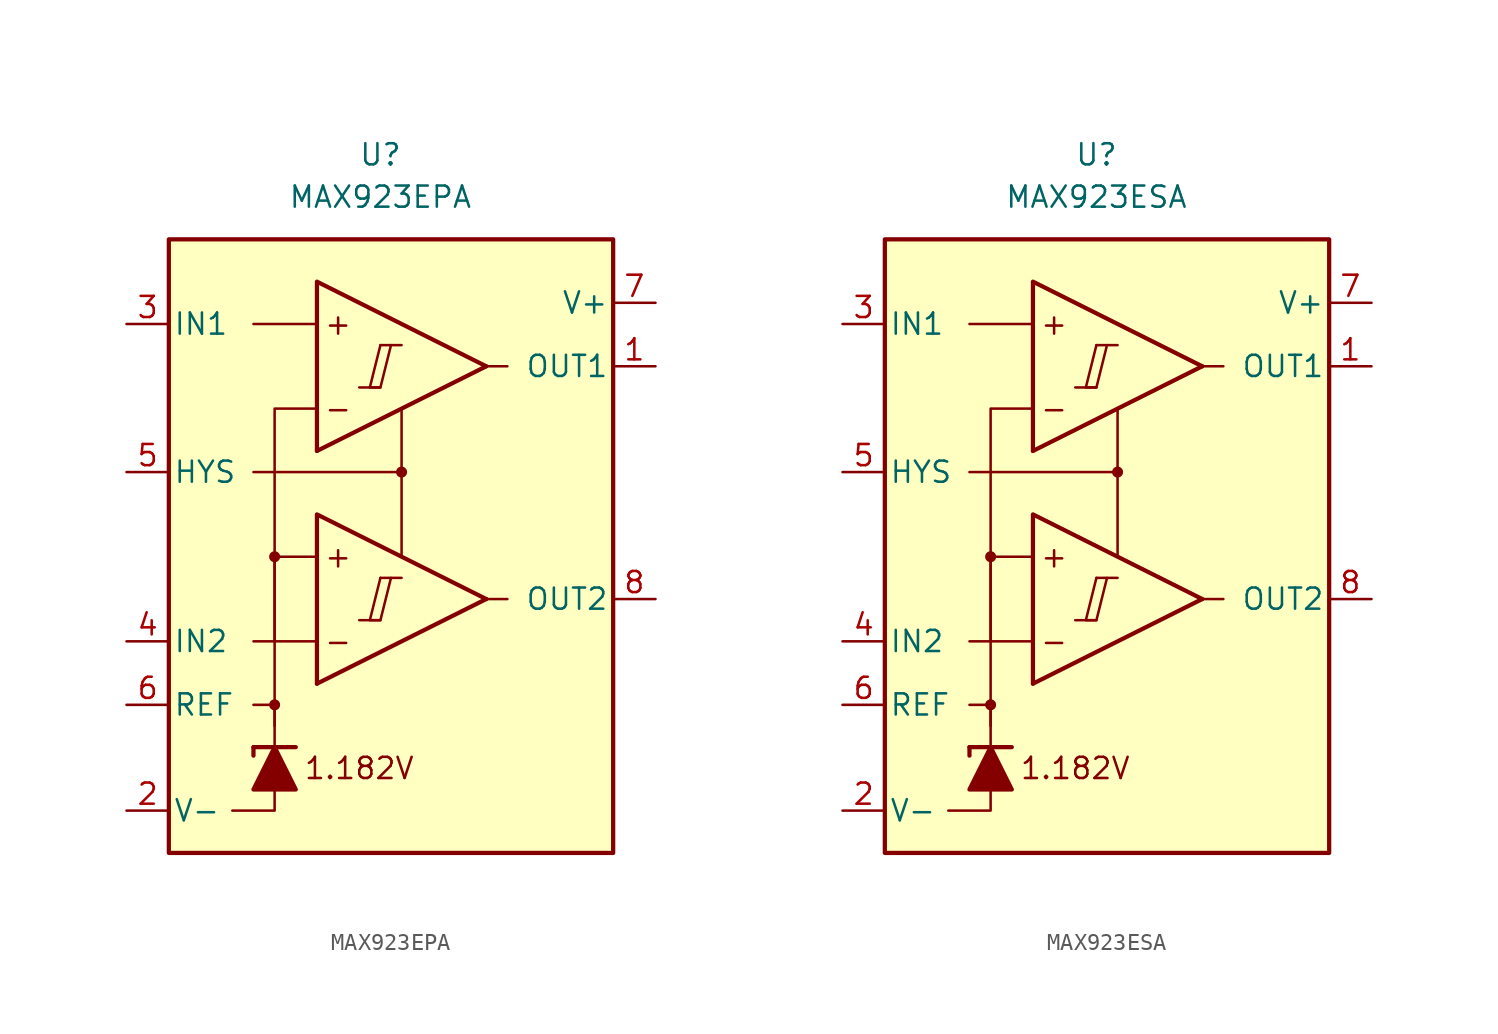
<source format=kicad_sym>
(kicad_symbol_lib
  (version 20231120)
  (generator "kicad_symbol_editor")
  (generator_version "8.0")
  (symbol "MAX923EPA"
    (pin_names
      (offset 0.254))
    (property "Reference" "U"
      (at -1.27 22.86 0)
      (effects (font (size 1.27 1.27))))
    (property "Value" "MAX923EPA"
      (at -1.27 20.32 0)
      (effects (font (size 1.27 1.27))))
    (symbol "MAX923EPA_0_0"
      (rectangle (start -13.97 17.78) (end 12.7 -19.05) (stroke (width 0.254) (type default)) (fill (type background)))
      (circle (center -7.62 -10.16) (radius 0.254) (stroke (width 0.152) (type default)) (fill (type outline)))
      (circle (center -7.62 -1.27) (radius 0.254) (stroke (width 0.152) (type default)) (fill (type outline)))
      (polyline (pts (xy -2.54 -5.08) (xy -1.27 -5.08)) (stroke (width 0.152) (type default)) (fill (type none)))
      (polyline (pts (xy -2.54 8.89) (xy -1.27 8.89)) (stroke (width 0.152) (type default)) (fill (type none)))
      (polyline (pts (xy -1.27 -2.54) (xy 0 -2.54)) (stroke (width 0.152) (type default)) (fill (type none)))
      (polyline (pts (xy -1.27 11.43) (xy 0 11.43)) (stroke (width 0.152) (type default)) (fill (type none)))
      (polyline (pts (xy 5.08 -3.81) (xy -5.08 -8.89)) (stroke (width 0.254) (type default)) (fill (type none)))
      (polyline (pts (xy 5.08 10.16) (xy -5.08 5.08)) (stroke (width 0.254) (type default)) (fill (type none)))
      (polyline (pts (xy 5.08 -3.81) (xy -5.08 1.27) (xy -5.08 -8.89)) (stroke (width 0.254) (type default)) (fill (type background)))
      (polyline (pts (xy 5.08 10.16) (xy -5.08 15.24) (xy -5.08 5.08)) (stroke (width 0.254) (type default)) (fill (type background)))
      (polyline (pts (xy -1.27 -2.54) (xy -1.905 -5.08) (xy -1.27 -5.08) (xy -0.635 -2.54)) (stroke (width 0.152) (type default)) (fill (type none)))
      (polyline (pts (xy -1.27 11.43) (xy -1.905 8.89) (xy -1.27 8.89) (xy -0.635 11.43)) (stroke (width 0.152) (type default)) (fill (type none)))
      (circle (center 0 3.81) (radius 0.254) (stroke (width 0.152) (type default)) (fill (type outline)))
      (text "+" (at -3.81 -1.27 0) (effects (font (size 1.27 1.27))))
      (text "+" (at -3.81 12.7 0) (effects (font (size 1.27 1.27))))
      (text "-" (at -3.81 -6.35 0) (effects (font (size 1.27 1.27))))
      (text "-" (at -3.81 7.62 0) (effects (font (size 1.27 1.27))))
      (text "1.182V" (at -2.54 -13.97 0) (effects (font (size 1.27 1.27)))))
    (symbol "MAX923EPA_0_1"
      (polyline (pts (xy -8.89 -12.7) (xy -8.89 -13.208)) (stroke (width 0.254) (type default)) (fill (type none)))
      (polyline (pts (xy -8.89 -12.7) (xy -6.35 -12.7)) (stroke (width 0.254) (type default)) (fill (type none)))
      (polyline (pts (xy -5.08 -6.35) (xy -8.89 -6.35)) (stroke (width 0) (type default)) (fill (type none)))
      (polyline (pts (xy -5.08 12.7) (xy -8.89 12.7)) (stroke (width 0) (type default)) (fill (type none)))
      (polyline (pts (xy 0 3.81) (xy 0 -1.27)) (stroke (width 0) (type default)) (fill (type none)))
      (polyline (pts (xy 5.08 -3.81) (xy 6.35 -3.81)) (stroke (width 0) (type default)) (fill (type none)))
      (polyline (pts (xy 5.08 10.16) (xy 6.35 10.16)) (stroke (width 0) (type default)) (fill (type none)))
      (polyline (pts (xy -7.62 -15.24) (xy -7.62 -16.51) (xy -10.16 -16.51)) (stroke (width 0) (type default)) (fill (type none)))
      (polyline (pts (xy -7.62 -12.7) (xy -7.62 -10.16) (xy -8.89 -10.16)) (stroke (width 0) (type default)) (fill (type none)))
      (polyline (pts (xy -7.62 -11.43) (xy -7.62 -1.27) (xy -5.08 -1.27)) (stroke (width 0) (type default)) (fill (type none)))
      (polyline (pts (xy -7.62 -6.35) (xy -7.62 7.62) (xy -5.08 7.62)) (stroke (width 0) (type default)) (fill (type none)))
      (polyline (pts (xy 0 7.62) (xy 0 3.81) (xy -8.89 3.81)) (stroke (width 0) (type default)) (fill (type none)))
      (polyline (pts (xy -6.35 -15.24) (xy -8.89 -15.24) (xy -7.62 -12.7) (xy -6.35 -15.24)) (stroke (width 0.254) (type default)) (fill (type outline))))
    (symbol "MAX923EPA_1_1"
      (pin output line (at 15.24 10.16 180) (length 2.54) (name "OUT1" (effects (font (size 1.27 1.27)))) (number "1" (effects (font (size 1.27 1.27)))))
      (pin power_in line (at -16.51 -16.51 0) (length 2.54) (name "V-" (effects (font (size 1.27 1.27)))) (number "2" (effects (font (size 1.27 1.27)))))
      (pin input line (at -16.51 12.7 0) (length 2.54) (name "IN1" (effects (font (size 1.27 1.27)))) (number "3" (effects (font (size 1.27 1.27)))))
      (pin input line (at -16.51 -6.35 0) (length 2.54) (name "IN2" (effects (font (size 1.27 1.27)))) (number "4" (effects (font (size 1.27 1.27)))))
      (pin input line (at -16.51 3.81 0) (length 2.54) (name "HYS" (effects (font (size 1.27 1.27)))) (number "5" (effects (font (size 1.27 1.27)))))
      (pin output line (at -16.51 -10.16 0) (length 2.54) (name "REF" (effects (font (size 1.27 1.27)))) (number "6" (effects (font (size 1.27 1.27)))))
      (pin power_in line (at 15.24 13.97 180) (length 2.54) (name "V+" (effects (font (size 1.27 1.27)))) (number "7" (effects (font (size 1.27 1.27)))))
      (pin output line (at 15.24 -3.81 180) (length 2.54) (name "OUT2" (effects (font (size 1.27 1.27)))) (number "8" (effects (font (size 1.27 1.27)))))))
  (symbol "MAX923ESA"
    (pin_names
      (offset 0.254))
    (property "Reference" "U"
      (at -1.27 22.86 0)
      (effects (font (size 1.27 1.27))))
    (property "Value" "MAX923ESA"
      (at -1.27 20.32 0)
      (effects (font (size 1.27 1.27))))
    (symbol "MAX923ESA_0_0"
      (rectangle (start -13.97 17.78) (end 12.7 -19.05) (stroke (width 0.254) (type default)) (fill (type background)))
      (circle (center -7.62 -10.16) (radius 0.254) (stroke (width 0.152) (type default)) (fill (type outline)))
      (circle (center -7.62 -1.27) (radius 0.254) (stroke (width 0.152) (type default)) (fill (type outline)))
      (polyline (pts (xy -2.54 -5.08) (xy -1.27 -5.08)) (stroke (width 0.152) (type default)) (fill (type none)))
      (polyline (pts (xy -2.54 8.89) (xy -1.27 8.89)) (stroke (width 0.152) (type default)) (fill (type none)))
      (polyline (pts (xy -1.27 -2.54) (xy 0 -2.54)) (stroke (width 0.152) (type default)) (fill (type none)))
      (polyline (pts (xy -1.27 11.43) (xy 0 11.43)) (stroke (width 0.152) (type default)) (fill (type none)))
      (polyline (pts (xy 5.08 -3.81) (xy -5.08 -8.89)) (stroke (width 0.254) (type default)) (fill (type none)))
      (polyline (pts (xy 5.08 10.16) (xy -5.08 5.08)) (stroke (width 0.254) (type default)) (fill (type none)))
      (polyline (pts (xy 5.08 -3.81) (xy -5.08 1.27) (xy -5.08 -8.89)) (stroke (width 0.254) (type default)) (fill (type background)))
      (polyline (pts (xy 5.08 10.16) (xy -5.08 15.24) (xy -5.08 5.08)) (stroke (width 0.254) (type default)) (fill (type background)))
      (polyline (pts (xy -1.27 -2.54) (xy -1.905 -5.08) (xy -1.27 -5.08) (xy -0.635 -2.54)) (stroke (width 0.152) (type default)) (fill (type none)))
      (polyline (pts (xy -1.27 11.43) (xy -1.905 8.89) (xy -1.27 8.89) (xy -0.635 11.43)) (stroke (width 0.152) (type default)) (fill (type none)))
      (circle (center 0 3.81) (radius 0.254) (stroke (width 0.152) (type default)) (fill (type outline)))
      (text "+" (at -3.81 -1.27 0) (effects (font (size 1.27 1.27))))
      (text "+" (at -3.81 12.7 0) (effects (font (size 1.27 1.27))))
      (text "-" (at -3.81 -6.35 0) (effects (font (size 1.27 1.27))))
      (text "-" (at -3.81 7.62 0) (effects (font (size 1.27 1.27))))
      (text "1.182V" (at -2.54 -13.97 0) (effects (font (size 1.27 1.27)))))
    (symbol "MAX923ESA_0_1"
      (polyline (pts (xy -8.89 -12.7) (xy -8.89 -13.208)) (stroke (width 0.254) (type default)) (fill (type none)))
      (polyline (pts (xy -8.89 -12.7) (xy -6.35 -12.7)) (stroke (width 0.254) (type default)) (fill (type none)))
      (polyline (pts (xy -5.08 -6.35) (xy -8.89 -6.35)) (stroke (width 0) (type default)) (fill (type none)))
      (polyline (pts (xy -5.08 12.7) (xy -8.89 12.7)) (stroke (width 0) (type default)) (fill (type none)))
      (polyline (pts (xy 0 3.81) (xy 0 -1.27)) (stroke (width 0) (type default)) (fill (type none)))
      (polyline (pts (xy 5.08 -3.81) (xy 6.35 -3.81)) (stroke (width 0) (type default)) (fill (type none)))
      (polyline (pts (xy 5.08 10.16) (xy 6.35 10.16)) (stroke (width 0) (type default)) (fill (type none)))
      (polyline (pts (xy -7.62 -15.24) (xy -7.62 -16.51) (xy -10.16 -16.51)) (stroke (width 0) (type default)) (fill (type none)))
      (polyline (pts (xy -7.62 -12.7) (xy -7.62 -10.16) (xy -8.89 -10.16)) (stroke (width 0) (type default)) (fill (type none)))
      (polyline (pts (xy -7.62 -11.43) (xy -7.62 -1.27) (xy -5.08 -1.27)) (stroke (width 0) (type default)) (fill (type none)))
      (polyline (pts (xy -7.62 -6.35) (xy -7.62 7.62) (xy -5.08 7.62)) (stroke (width 0) (type default)) (fill (type none)))
      (polyline (pts (xy 0 7.62) (xy 0 3.81) (xy -8.89 3.81)) (stroke (width 0) (type default)) (fill (type none)))
      (polyline (pts (xy -6.35 -15.24) (xy -8.89 -15.24) (xy -7.62 -12.7) (xy -6.35 -15.24)) (stroke (width 0.254) (type default)) (fill (type outline))))
    (symbol "MAX923ESA_1_1"
      (pin output line (at 15.24 10.16 180) (length 2.54) (name "OUT1" (effects (font (size 1.27 1.27)))) (number "1" (effects (font (size 1.27 1.27)))))
      (pin power_in line (at -16.51 -16.51 0) (length 2.54) (name "V-" (effects (font (size 1.27 1.27)))) (number "2" (effects (font (size 1.27 1.27)))))
      (pin input line (at -16.51 12.7 0) (length 2.54) (name "IN1" (effects (font (size 1.27 1.27)))) (number "3" (effects (font (size 1.27 1.27)))))
      (pin input line (at -16.51 -6.35 0) (length 2.54) (name "IN2" (effects (font (size 1.27 1.27)))) (number "4" (effects (font (size 1.27 1.27)))))
      (pin input line (at -16.51 3.81 0) (length 2.54) (name "HYS" (effects (font (size 1.27 1.27)))) (number "5" (effects (font (size 1.27 1.27)))))
      (pin output line (at -16.51 -10.16 0) (length 2.54) (name "REF" (effects (font (size 1.27 1.27)))) (number "6" (effects (font (size 1.27 1.27)))))
      (pin power_in line (at 15.24 13.97 180) (length 2.54) (name "V+" (effects (font (size 1.27 1.27)))) (number "7" (effects (font (size 1.27 1.27)))))
      (pin output line (at 15.24 -3.81 180) (length 2.54) (name "OUT2" (effects (font (size 1.27 1.27)))) (number "8" (effects (font (size 1.27 1.27))))))))
</source>
